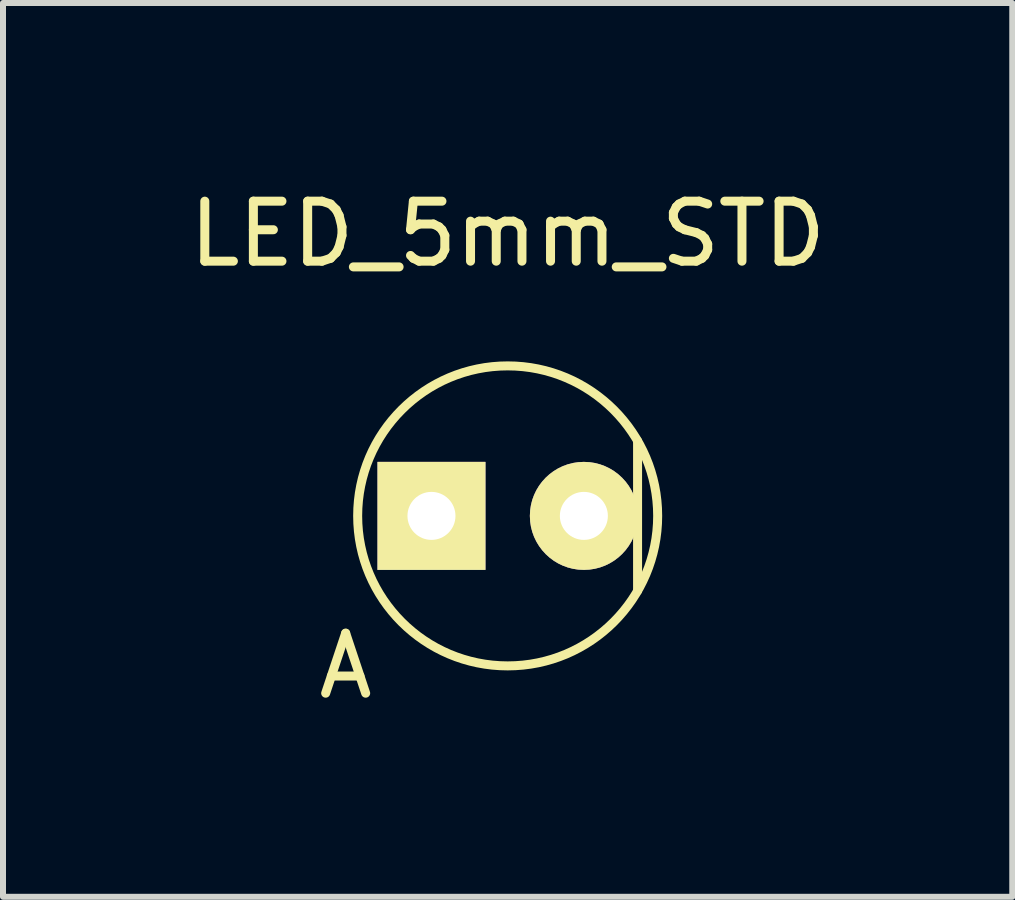
<source format=kicad_pcb>
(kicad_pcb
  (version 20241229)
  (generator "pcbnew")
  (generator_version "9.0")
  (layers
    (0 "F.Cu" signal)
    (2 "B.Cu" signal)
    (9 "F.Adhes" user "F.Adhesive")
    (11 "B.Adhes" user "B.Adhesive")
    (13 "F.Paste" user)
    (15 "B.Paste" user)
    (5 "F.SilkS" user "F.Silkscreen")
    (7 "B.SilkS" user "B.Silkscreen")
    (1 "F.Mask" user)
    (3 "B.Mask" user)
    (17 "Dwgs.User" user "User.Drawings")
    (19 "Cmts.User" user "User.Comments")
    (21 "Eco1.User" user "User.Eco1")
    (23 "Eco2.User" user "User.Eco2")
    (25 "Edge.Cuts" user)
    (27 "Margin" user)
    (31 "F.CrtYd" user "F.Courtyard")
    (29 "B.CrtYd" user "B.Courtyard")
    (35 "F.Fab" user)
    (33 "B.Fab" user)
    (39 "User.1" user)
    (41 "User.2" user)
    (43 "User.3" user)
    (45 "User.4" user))
  (footprint "LED_5mm_STD"
    (layer "F.Cu")
    (at 4.141 5.548)
    (property "Reference" "LED_5mm_STD" (at 1.27 -4.7 0) (layer "F.SilkS") (effects (font (size 1 1) (thickness 0.15))))
    (attr through_hole)
    (fp_line (start 3.435 1.25) (end 3.435 -1.25) (stroke (width 0.15) (type solid)) (layer "F.SilkS"))
    (fp_circle (center 1.27 0) (end 1.27 -2.5) (stroke (width 0.15) (type solid)) (fill no) (layer "F.SilkS"))
    (fp_text user "A" (at -1.43 2.5 0) (layer "F.SilkS") (effects (font (size 1 1) (thickness 0.15))))
    (pad "1" thru_hole rect (at 0 0) (size 1.8 1.8) (drill 0.8) (layers "*.Cu" "*.Mask" "F.SilkS"))
    (pad "2" thru_hole circle (at 2.54 0) (size 1.8 1.8) (drill 0.8) (layers "*.Cu" "*.Mask" "F.SilkS")))
  (gr_rect
    (start -3 -3)
    (end 13.821 11.896)
    (stroke (width 0.1) (type default))
    (fill no)
    (layer "Edge.Cuts")))
</source>
